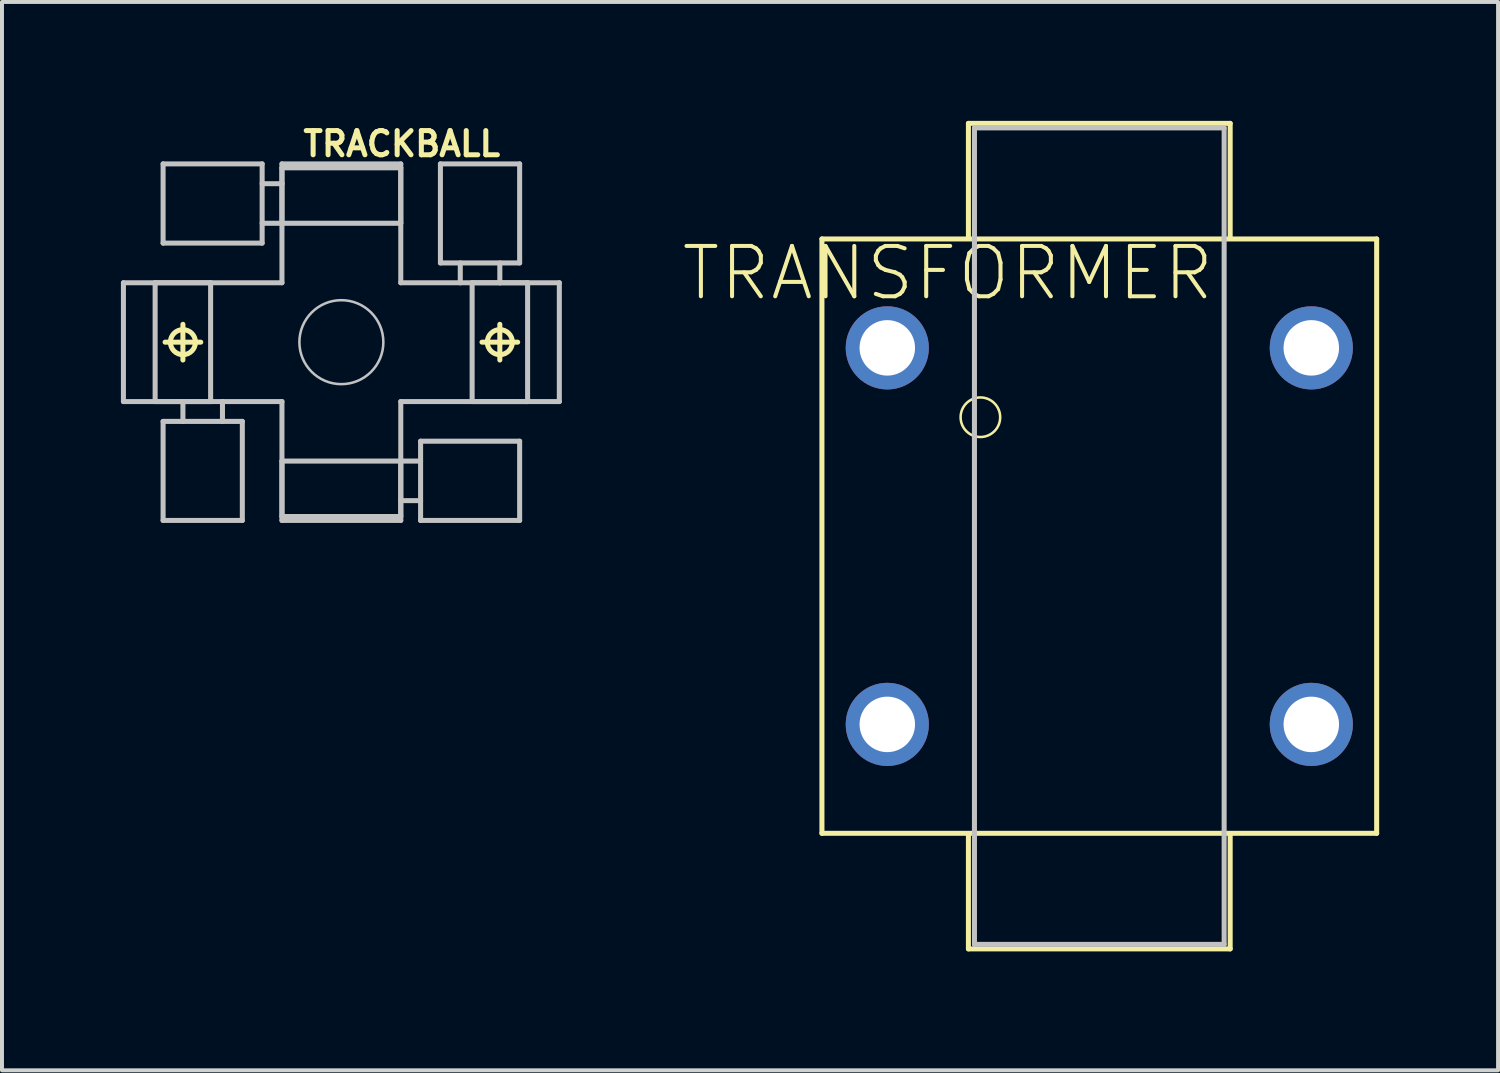
<source format=kicad_pcb>
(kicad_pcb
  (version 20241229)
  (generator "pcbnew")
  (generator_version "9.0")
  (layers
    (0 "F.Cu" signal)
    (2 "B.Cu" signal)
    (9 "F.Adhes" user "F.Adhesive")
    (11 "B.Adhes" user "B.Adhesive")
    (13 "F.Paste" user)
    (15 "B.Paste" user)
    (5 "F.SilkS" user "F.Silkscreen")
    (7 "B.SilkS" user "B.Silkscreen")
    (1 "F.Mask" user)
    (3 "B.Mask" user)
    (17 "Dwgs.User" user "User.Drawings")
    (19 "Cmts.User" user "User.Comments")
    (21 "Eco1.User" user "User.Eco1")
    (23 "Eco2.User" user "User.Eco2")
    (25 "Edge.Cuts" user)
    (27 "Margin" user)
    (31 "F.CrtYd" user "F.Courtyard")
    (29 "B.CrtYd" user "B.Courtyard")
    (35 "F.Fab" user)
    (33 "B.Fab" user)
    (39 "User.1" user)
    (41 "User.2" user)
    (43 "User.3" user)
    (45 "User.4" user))
  (footprint "TRANSFORMER"
    (layer "F.Cu")
    (at 24.686 10.477)
    (property "Reference" "TRANSFORMER" (at -3.823 -6.634 0) (layer "F.SilkS") (effects (font (size 1.27 1.27) (thickness 0.102))))
    (attr exclude_from_pos_files exclude_from_bom)
    (fp_line (start -6.998 -7.498) (end -6.998 7.498) (stroke (width 0.127) (type solid)) (layer "F.SilkS"))
    (fp_line (start -6.998 7.498) (end 6.998 7.498) (stroke (width 0.127) (type solid)) (layer "F.SilkS"))
    (fp_line (start -3.302 -10.414) (end 3.302 -10.414) (stroke (width 0.127) (type solid)) (layer "F.SilkS"))
    (fp_line (start -3.302 -7.544) (end -3.302 -10.414) (stroke (width 0.127) (type solid)) (layer "F.SilkS"))
    (fp_line (start -3.302 7.518) (end -3.302 10.414) (stroke (width 0.127) (type solid)) (layer "F.SilkS"))
    (fp_line (start -3.302 10.414) (end 3.302 10.414) (stroke (width 0.127) (type solid)) (layer "F.SilkS"))
    (fp_line (start 3.302 -10.414) (end 3.302 -7.518) (stroke (width 0.127) (type solid)) (layer "F.SilkS"))
    (fp_line (start 3.302 10.414) (end 3.302 7.518) (stroke (width 0.127) (type solid)) (layer "F.SilkS"))
    (fp_line (start 6.998 -7.498) (end -6.998 -7.498) (stroke (width 0.127) (type solid)) (layer "F.SilkS"))
    (fp_line (start 6.998 7.498) (end 6.998 -7.498) (stroke (width 0.127) (type solid)) (layer "F.SilkS"))
    (fp_circle (center -3 -3) (end -3.353 -3.353) (stroke (width 0.064) (type solid)) (fill no) (layer "F.SilkS"))
    (fp_line (start -3.15 -10.3) (end -3.15 10.3) (stroke (width 0.127) (type solid)) (layer "Dwgs.User"))
    (fp_line (start -3.15 10.3) (end 3.15 10.3) (stroke (width 0.127) (type solid)) (layer "Dwgs.User"))
    (fp_line (start 3.15 -10.3) (end -3.15 -10.3) (stroke (width 0.127) (type solid)) (layer "Dwgs.User"))
    (fp_line (start 3.15 10.3) (end 3.15 -10.3) (stroke (width 0.127) (type solid)) (layer "Dwgs.User"))
    (pad "1" thru_hole circle (at -5.349 -4.75) (size 2.098 2.098) (drill 1.4) (layers "*.Cu" "*.Paste" "*.Mask"))
    (pad "2" thru_hole circle (at -5.349 4.75) (size 2.098 2.098) (drill 1.4) (layers "*.Cu" "*.Paste" "*.Mask"))
    (pad "3" thru_hole circle (at 5.349 4.75) (size 2.098 2.098) (drill 1.4) (layers "*.Cu" "*.Paste" "*.Mask"))
    (pad "4" thru_hole circle (at 5.349 -4.75) (size 2.098 2.098) (drill 1.4) (layers "*.Cu" "*.Paste" "*.Mask")))
  (footprint "TRACKBALL"
    (layer "F.Cu")
    (at 5.563 5.583)
    (property "Reference" "TRACKBALL" (at 1.524 -5.004 0) (layer "F.SilkS") (effects (font (size 0.61 0.61) (thickness 0.127))))
    (attr exclude_from_pos_files exclude_from_bom)
    (fp_line (start -4.699 -1.499) (end -3.299 -1.499) (stroke (width 0.066) (type solid)) (layer "F.SilkS"))
    (fp_line (start -4.699 1.499) (end -4.699 -1.499) (stroke (width 0.066) (type solid)) (layer "F.SilkS"))
    (fp_line (start -4.699 1.499) (end -3.299 1.499) (stroke (width 0.066) (type solid)) (layer "F.SilkS"))
    (fp_line (start -4.448 0) (end -3.548 0) (stroke (width 0.127) (type solid)) (layer "F.SilkS"))
    (fp_line (start -3.998 0.45) (end -3.998 -0.45) (stroke (width 0.127) (type solid)) (layer "F.SilkS"))
    (fp_line (start -3.299 1.499) (end -3.299 -1.499) (stroke (width 0.066) (type solid)) (layer "F.SilkS"))
    (fp_line (start -1.499 -4.399) (end 1.499 -4.399) (stroke (width 0.066) (type solid)) (layer "F.SilkS"))
    (fp_line (start -1.499 -3) (end -1.499 -4.399) (stroke (width 0.066) (type solid)) (layer "F.SilkS"))
    (fp_line (start -1.499 -3) (end 1.499 -3) (stroke (width 0.066) (type solid)) (layer "F.SilkS"))
    (fp_line (start -1.499 3) (end 1.499 3) (stroke (width 0.066) (type solid)) (layer "F.SilkS"))
    (fp_line (start -1.499 4.399) (end -1.499 3) (stroke (width 0.066) (type solid)) (layer "F.SilkS"))
    (fp_line (start -1.499 4.399) (end 1.499 4.399) (stroke (width 0.066) (type solid)) (layer "F.SilkS"))
    (fp_line (start 1.499 -3) (end 1.499 -4.399) (stroke (width 0.066) (type solid)) (layer "F.SilkS"))
    (fp_line (start 1.499 4.399) (end 1.499 3) (stroke (width 0.066) (type solid)) (layer "F.SilkS"))
    (fp_line (start 3.299 -1.499) (end 4.699 -1.499) (stroke (width 0.066) (type solid)) (layer "F.SilkS"))
    (fp_line (start 3.299 1.499) (end 3.299 -1.499) (stroke (width 0.066) (type solid)) (layer "F.SilkS"))
    (fp_line (start 3.299 1.499) (end 4.699 1.499) (stroke (width 0.066) (type solid)) (layer "F.SilkS"))
    (fp_line (start 3.548 0) (end 4.448 0) (stroke (width 0.127) (type solid)) (layer "F.SilkS"))
    (fp_line (start 3.998 0.45) (end 3.998 -0.45) (stroke (width 0.127) (type solid)) (layer "F.SilkS"))
    (fp_line (start 4.699 1.499) (end 4.699 -1.499) (stroke (width 0.066) (type solid)) (layer "F.SilkS"))
    (fp_circle (center -3.998 0) (end -4.221 0.224) (stroke (width 0.127) (type solid)) (fill no) (layer "F.SilkS"))
    (fp_circle (center 3.998 0) (end 4.221 0.224) (stroke (width 0.127) (type solid)) (fill no) (layer "F.SilkS"))
    (fp_line (start -5.499 -1.499) (end -5.499 1.499) (stroke (width 0.127) (type solid)) (layer "Dwgs.User"))
    (fp_line (start -5.499 1.499) (end -3.998 1.499) (stroke (width 0.127) (type solid)) (layer "Dwgs.User"))
    (fp_line (start -4.699 -1.499) (end -3.299 -1.499) (stroke (width 0.127) (type solid)) (layer "Dwgs.User"))
    (fp_line (start -4.699 1.499) (end -4.699 -1.499) (stroke (width 0.127) (type solid)) (layer "Dwgs.User"))
    (fp_line (start -4.498 -4.498) (end -1.999 -4.498) (stroke (width 0.066) (type solid)) (layer "Dwgs.User"))
    (fp_line (start -4.498 -4.498) (end -1.999 -4.498) (stroke (width 0.127) (type solid)) (layer "Dwgs.User"))
    (fp_line (start -4.498 -2.499) (end -4.498 -4.498) (stroke (width 0.066) (type solid)) (layer "Dwgs.User"))
    (fp_line (start -4.498 -2.499) (end -4.498 -4.498) (stroke (width 0.127) (type solid)) (layer "Dwgs.User"))
    (fp_line (start -4.498 -2.499) (end -1.999 -2.499) (stroke (width 0.066) (type solid)) (layer "Dwgs.User"))
    (fp_line (start -4.498 1.999) (end -2.499 1.999) (stroke (width 0.066) (type solid)) (layer "Dwgs.User"))
    (fp_line (start -4.498 1.999) (end -2.499 1.999) (stroke (width 0.127) (type solid)) (layer "Dwgs.User"))
    (fp_line (start -4.498 4.498) (end -4.498 1.999) (stroke (width 0.066) (type solid)) (layer "Dwgs.User"))
    (fp_line (start -4.498 4.498) (end -4.498 1.999) (stroke (width 0.127) (type solid)) (layer "Dwgs.User"))
    (fp_line (start -4.498 4.498) (end -2.499 4.498) (stroke (width 0.066) (type solid)) (layer "Dwgs.User"))
    (fp_line (start -3.998 1.499) (end -3.998 1.999) (stroke (width 0.127) (type solid)) (layer "Dwgs.User"))
    (fp_line (start -3.998 1.499) (end -3 1.499) (stroke (width 0.127) (type solid)) (layer "Dwgs.User"))
    (fp_line (start -3.299 -1.499) (end -3.299 1.499) (stroke (width 0.127) (type solid)) (layer "Dwgs.User"))
    (fp_line (start -3.299 1.499) (end -4.699 1.499) (stroke (width 0.127) (type solid)) (layer "Dwgs.User"))
    (fp_line (start -3 1.499) (end -3 1.999) (stroke (width 0.127) (type solid)) (layer "Dwgs.User"))
    (fp_line (start -3 1.499) (end -1.499 1.499) (stroke (width 0.127) (type solid)) (layer "Dwgs.User"))
    (fp_line (start -2.499 1.999) (end -2.499 4.498) (stroke (width 0.127) (type solid)) (layer "Dwgs.User"))
    (fp_line (start -2.499 4.498) (end -4.498 4.498) (stroke (width 0.127) (type solid)) (layer "Dwgs.User"))
    (fp_line (start -2.499 4.498) (end -2.499 1.999) (stroke (width 0.066) (type solid)) (layer "Dwgs.User"))
    (fp_line (start -1.999 -4.498) (end -1.999 -2.499) (stroke (width 0.127) (type solid)) (layer "Dwgs.User"))
    (fp_line (start -1.999 -3.998) (end -1.499 -3.998) (stroke (width 0.127) (type solid)) (layer "Dwgs.User"))
    (fp_line (start -1.999 -2.499) (end -4.498 -2.499) (stroke (width 0.127) (type solid)) (layer "Dwgs.User"))
    (fp_line (start -1.999 -2.499) (end -1.999 -4.498) (stroke (width 0.066) (type solid)) (layer "Dwgs.User"))
    (fp_line (start -1.499 -4.498) (end 1.499 -4.498) (stroke (width 0.127) (type solid)) (layer "Dwgs.User"))
    (fp_line (start -1.499 -4.399) (end 1.499 -4.399) (stroke (width 0.127) (type solid)) (layer "Dwgs.User"))
    (fp_line (start -1.499 -3.998) (end -1.499 -4.498) (stroke (width 0.127) (type solid)) (layer "Dwgs.User"))
    (fp_line (start -1.499 -3) (end -1.999 -3) (stroke (width 0.127) (type solid)) (layer "Dwgs.User"))
    (fp_line (start -1.499 -3) (end -1.499 -4.399) (stroke (width 0.127) (type solid)) (layer "Dwgs.User"))
    (fp_line (start -1.499 -3) (end -1.499 -3.998) (stroke (width 0.127) (type solid)) (layer "Dwgs.User"))
    (fp_line (start -1.499 -1.499) (end -5.499 -1.499) (stroke (width 0.127) (type solid)) (layer "Dwgs.User"))
    (fp_line (start -1.499 -1.499) (end -1.499 -3) (stroke (width 0.127) (type solid)) (layer "Dwgs.User"))
    (fp_line (start -1.499 1.499) (end -1.499 4.498) (stroke (width 0.127) (type solid)) (layer "Dwgs.User"))
    (fp_line (start -1.499 3) (end 1.499 3) (stroke (width 0.127) (type solid)) (layer "Dwgs.User"))
    (fp_line (start -1.499 4.399) (end -1.499 3) (stroke (width 0.127) (type solid)) (layer "Dwgs.User"))
    (fp_line (start 1.499 -4.399) (end 1.499 -3) (stroke (width 0.127) (type solid)) (layer "Dwgs.User"))
    (fp_line (start 1.499 -3) (end -1.499 -3) (stroke (width 0.127) (type solid)) (layer "Dwgs.User"))
    (fp_line (start 1.499 -1.499) (end 1.499 -4.498) (stroke (width 0.127) (type solid)) (layer "Dwgs.User"))
    (fp_line (start 1.499 1.499) (end 1.499 3) (stroke (width 0.127) (type solid)) (layer "Dwgs.User"))
    (fp_line (start 1.499 3) (end 1.499 3.998) (stroke (width 0.127) (type solid)) (layer "Dwgs.User"))
    (fp_line (start 1.499 3) (end 1.499 4.399) (stroke (width 0.127) (type solid)) (layer "Dwgs.User"))
    (fp_line (start 1.499 3.998) (end 1.499 4.498) (stroke (width 0.127) (type solid)) (layer "Dwgs.User"))
    (fp_line (start 1.499 4.399) (end -1.499 4.399) (stroke (width 0.127) (type solid)) (layer "Dwgs.User"))
    (fp_line (start 1.499 4.498) (end -1.499 4.498) (stroke (width 0.127) (type solid)) (layer "Dwgs.User"))
    (fp_line (start 1.999 2.499) (end 4.498 2.499) (stroke (width 0.066) (type solid)) (layer "Dwgs.User"))
    (fp_line (start 1.999 2.499) (end 4.498 2.499) (stroke (width 0.127) (type solid)) (layer "Dwgs.User"))
    (fp_line (start 1.999 3) (end 1.499 3) (stroke (width 0.127) (type solid)) (layer "Dwgs.User"))
    (fp_line (start 1.999 3.998) (end 1.499 3.998) (stroke (width 0.127) (type solid)) (layer "Dwgs.User"))
    (fp_line (start 1.999 4.498) (end 1.999 2.499) (stroke (width 0.066) (type solid)) (layer "Dwgs.User"))
    (fp_line (start 1.999 4.498) (end 1.999 2.499) (stroke (width 0.127) (type solid)) (layer "Dwgs.User"))
    (fp_line (start 1.999 4.498) (end 4.498 4.498) (stroke (width 0.066) (type solid)) (layer "Dwgs.User"))
    (fp_line (start 2.499 -4.498) (end 4.498 -4.498) (stroke (width 0.066) (type solid)) (layer "Dwgs.User"))
    (fp_line (start 2.499 -4.498) (end 4.498 -4.498) (stroke (width 0.127) (type solid)) (layer "Dwgs.User"))
    (fp_line (start 2.499 -1.999) (end 2.499 -4.498) (stroke (width 0.066) (type solid)) (layer "Dwgs.User"))
    (fp_line (start 2.499 -1.999) (end 2.499 -4.498) (stroke (width 0.127) (type solid)) (layer "Dwgs.User"))
    (fp_line (start 2.499 -1.999) (end 4.498 -1.999) (stroke (width 0.066) (type solid)) (layer "Dwgs.User"))
    (fp_line (start 3 -1.999) (end 3 -1.499) (stroke (width 0.127) (type solid)) (layer "Dwgs.User"))
    (fp_line (start 3 -1.499) (end 1.499 -1.499) (stroke (width 0.127) (type solid)) (layer "Dwgs.User"))
    (fp_line (start 3.299 -1.499) (end 4.699 -1.499) (stroke (width 0.127) (type solid)) (layer "Dwgs.User"))
    (fp_line (start 3.299 1.499) (end 3.299 -1.499) (stroke (width 0.127) (type solid)) (layer "Dwgs.User"))
    (fp_line (start 3.998 -1.999) (end 3.998 -1.499) (stroke (width 0.127) (type solid)) (layer "Dwgs.User"))
    (fp_line (start 3.998 -1.499) (end 3 -1.499) (stroke (width 0.127) (type solid)) (layer "Dwgs.User"))
    (fp_line (start 4.498 -4.498) (end 4.498 -1.999) (stroke (width 0.127) (type solid)) (layer "Dwgs.User"))
    (fp_line (start 4.498 -1.999) (end 2.499 -1.999) (stroke (width 0.127) (type solid)) (layer "Dwgs.User"))
    (fp_line (start 4.498 -1.999) (end 4.498 -4.498) (stroke (width 0.066) (type solid)) (layer "Dwgs.User"))
    (fp_line (start 4.498 2.499) (end 4.498 4.498) (stroke (width 0.127) (type solid)) (layer "Dwgs.User"))
    (fp_line (start 4.498 4.498) (end 1.999 4.498) (stroke (width 0.127) (type solid)) (layer "Dwgs.User"))
    (fp_line (start 4.498 4.498) (end 4.498 2.499) (stroke (width 0.066) (type solid)) (layer "Dwgs.User"))
    (fp_line (start 4.699 -1.499) (end 4.699 1.499) (stroke (width 0.127) (type solid)) (layer "Dwgs.User"))
    (fp_line (start 4.699 1.499) (end 3.299 1.499) (stroke (width 0.127) (type solid)) (layer "Dwgs.User"))
    (fp_line (start 5.499 -1.499) (end 3.998 -1.499) (stroke (width 0.127) (type solid)) (layer "Dwgs.User"))
    (fp_line (start 5.499 -1.499) (end 5.499 1.499) (stroke (width 0.127) (type solid)) (layer "Dwgs.User"))
    (fp_line (start 5.499 1.499) (end 1.499 1.499) (stroke (width 0.127) (type solid)) (layer "Dwgs.User"))
    (fp_circle (center 0 0) (end -0.749 0.749) (stroke (width 0.064) (type solid)) (fill no) (layer "Dwgs.User")))
  (gr_rect
    (start -3 -3)
    (end 34.747 23.955)
    (stroke (width 0.1) (type default))
    (fill no)
    (layer "Edge.Cuts")))
</source>
